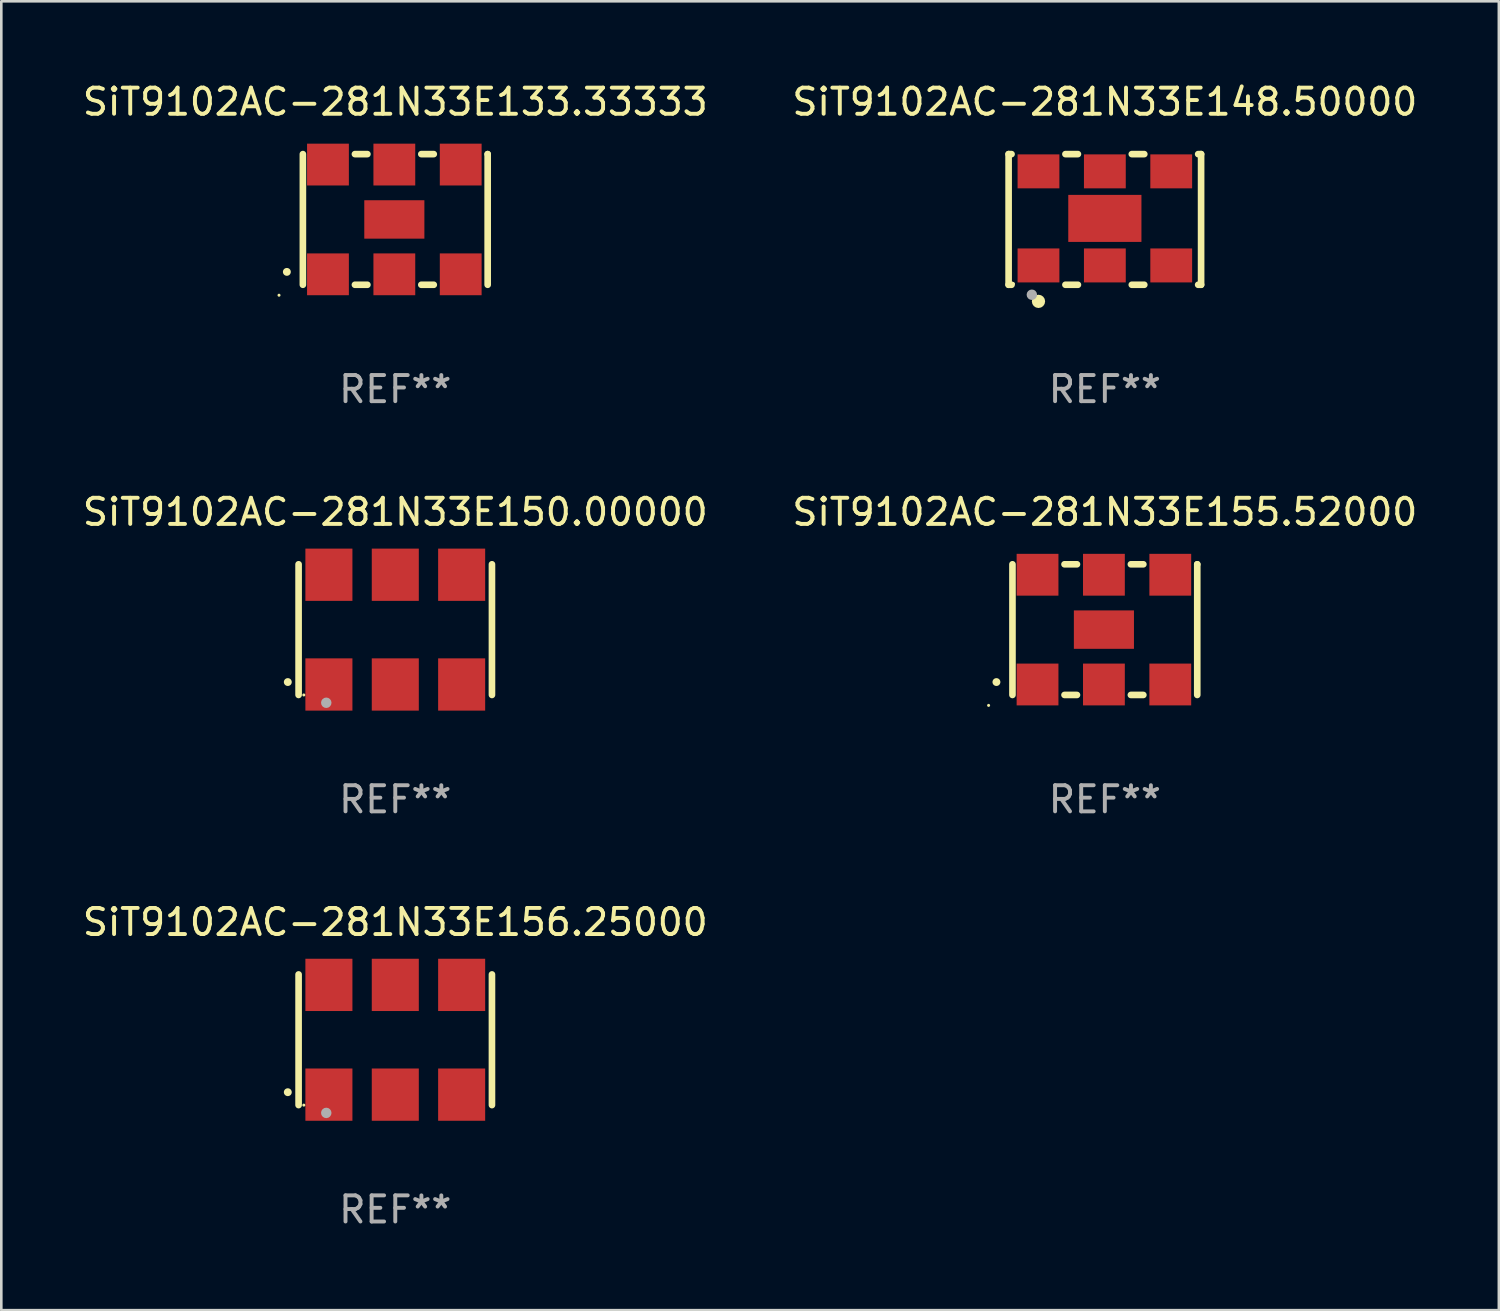
<source format=kicad_pcb>
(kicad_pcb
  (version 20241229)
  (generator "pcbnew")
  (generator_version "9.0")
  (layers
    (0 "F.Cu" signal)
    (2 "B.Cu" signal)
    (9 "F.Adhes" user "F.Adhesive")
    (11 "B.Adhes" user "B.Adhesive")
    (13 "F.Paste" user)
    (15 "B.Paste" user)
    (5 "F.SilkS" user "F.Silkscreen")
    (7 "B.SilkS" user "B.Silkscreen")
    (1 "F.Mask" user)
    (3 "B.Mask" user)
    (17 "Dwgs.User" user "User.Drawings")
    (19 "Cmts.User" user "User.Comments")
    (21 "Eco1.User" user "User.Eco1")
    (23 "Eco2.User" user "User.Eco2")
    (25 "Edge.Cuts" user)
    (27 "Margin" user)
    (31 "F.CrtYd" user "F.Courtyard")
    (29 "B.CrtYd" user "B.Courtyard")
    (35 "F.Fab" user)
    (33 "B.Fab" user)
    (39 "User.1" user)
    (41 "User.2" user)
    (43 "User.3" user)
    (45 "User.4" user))
  (footprint "SiT9102AC-281N33E150.00000"
    (layer "F.Cu")
    (at 12.077 21.045)
    (property "Reference" "SiT9102AC-281N33E150.00000" (at 0 -4.5 0) (layer "F.SilkS") (effects (font (size 1 1) (thickness 0.15))))
    (attr through_hole)
    (fp_line (start -3.7 -2.5) (end -3.7 2.5) (stroke (width 0.254) (type solid)) (layer "F.SilkS"))
    (fp_line (start 3.7 -2.5) (end 3.7 2.5) (stroke (width 0.254) (type solid)) (layer "F.SilkS"))
    (fp_arc (start -4.114415 2.006604) (mid -4.113145 2.006599) (end -4.111875 2.006604) (stroke (width 0.3) (type solid)) (layer "F.SilkS"))
    (fp_circle (center -3.5 2.501) (end -3.47 2.501) (stroke (width 0.06) (type solid)) (fill no) (layer "F.SilkS"))
    (fp_circle (center -2.641 2.799) (end -2.541 2.799) (stroke (width 0.2) (type solid)) (fill no) (layer "F.Fab"))
    (fp_text user "REF**" (at 0 6.5 0) (layer "F.Fab") (effects (font (size 1 1) (thickness 0.15))))
    (pad "1" smd rect (at -2.54 2.1) (size 1.8 2) (layers "F.Cu" "F.Mask" "F.Paste"))
    (pad "2" smd rect (at 0.000394 2.1) (size 1.8 2) (layers "F.Cu" "F.Mask" "F.Paste"))
    (pad "3" smd rect (at 2.54 2.1) (size 1.8 2) (layers "F.Cu" "F.Mask" "F.Paste"))
    (pad "4" smd rect (at 2.54 -2.1) (size 1.8 2) (layers "F.Cu" "F.Mask" "F.Paste"))
    (pad "5" smd rect (at 0.000394 -2.1) (size 1.8 2) (layers "F.Cu" "F.Mask" "F.Paste"))
    (pad "6" smd rect (at -2.54 -2.1) (size 1.8 2) (layers "F.Cu" "F.Mask" "F.Paste")))
  (footprint "SiT9102AC-281N33E155.52000"
    (layer "F.Cu")
    (at 39.232 21.045)
    (property "Reference" "SiT9102AC-281N33E155.52000" (at 0 -4.5 0) (layer "F.SilkS") (effects (font (size 1 1) (thickness 0.15))))
    (attr through_hole)
    (fp_line (start -3.536 -2.5) (end -3.536 2.5) (stroke (width 0.254) (type solid)) (layer "F.SilkS"))
    (fp_line (start -1.544 2.5) (end -1.067 2.5) (stroke (width 0.254) (type solid)) (layer "F.SilkS"))
    (fp_line (start -1.067 -2.5) (end -1.544 -2.5) (stroke (width 0.254) (type solid)) (layer "F.SilkS"))
    (fp_line (start 0.996 2.5) (end 1.473 2.5) (stroke (width 0.254) (type solid)) (layer "F.SilkS"))
    (fp_line (start 1.473 -2.5) (end 0.996 -2.5) (stroke (width 0.254) (type solid)) (layer "F.SilkS"))
    (fp_line (start 3.536 -2.5) (end 3.536 -2.5) (stroke (width 0.254) (type solid)) (layer "F.SilkS"))
    (fp_line (start 3.536 2.5) (end 3.536 -2.5) (stroke (width 0.254) (type solid)) (layer "F.SilkS"))
    (fp_arc (start -4.150432 2.006604) (mid -4.149162 2.006599) (end -4.147892 2.006604) (stroke (width 0.3) (type solid)) (layer "F.SilkS"))
    (fp_circle (center -4.449 2.9) (end -4.419 2.9) (stroke (width 0.06) (type solid)) (fill no) (layer "F.SilkS"))
    (fp_text user "REF**" (at 0 6.5 0) (layer "F.Fab") (effects (font (size 1 1) (thickness 0.15))))
    (pad "1" smd rect (at -2.576 2.1) (size 1.6 1.6) (layers "F.Cu" "F.Mask" "F.Paste"))
    (pad "2" smd rect (at -0.036 2.1) (size 1.6 1.6) (layers "F.Cu" "F.Mask" "F.Paste"))
    (pad "3" smd rect (at 2.504 2.1) (size 1.6 1.6) (layers "F.Cu" "F.Mask" "F.Paste"))
    (pad "4" smd rect (at 2.504 -2.1) (size 1.6 1.6) (layers "F.Cu" "F.Mask" "F.Paste"))
    (pad "5" smd rect (at -0.036 -2.1) (size 1.6 1.6) (layers "F.Cu" "F.Mask" "F.Paste"))
    (pad "6" smd rect (at -2.576 -2.1) (size 1.6 1.6) (layers "F.Cu" "F.Mask" "F.Paste"))
    (pad "7" smd rect (at -0.036 0) (size 2.3 1.47) (layers "F.Cu" "F.Mask" "F.Paste")))
  (footprint "SiT9102AC-281N33E148.50000"
    (layer "F.Cu")
    (at 39.232 5.348)
    (property "Reference" "SiT9102AC-281N33E148.50000" (at 0 -4.5 0) (layer "F.SilkS") (effects (font (size 1 1) (thickness 0.15))))
    (attr through_hole)
    (fp_line (start -3.683 -2.5) (end -3.571 -2.5) (stroke (width 0.254) (type solid)) (layer "F.SilkS"))
    (fp_line (start -3.683 2.5) (end -3.683 -2.5) (stroke (width 0.254) (type solid)) (layer "F.SilkS"))
    (fp_line (start -3.683 2.5) (end -3.571 2.5) (stroke (width 0.254) (type solid)) (layer "F.SilkS"))
    (fp_line (start -1.509 -2.5) (end -1.031 -2.5) (stroke (width 0.254) (type solid)) (layer "F.SilkS"))
    (fp_line (start -1.509 2.5) (end -1.031 2.5) (stroke (width 0.254) (type solid)) (layer "F.SilkS"))
    (fp_line (start 1.031 -2.5) (end 1.509 -2.5) (stroke (width 0.254) (type solid)) (layer "F.SilkS"))
    (fp_line (start 1.031 2.5) (end 1.509 2.5) (stroke (width 0.254) (type solid)) (layer "F.SilkS"))
    (fp_line (start 3.571 -2.5) (end 3.683 -2.5) (stroke (width 0.254) (type solid)) (layer "F.SilkS"))
    (fp_line (start 3.571 2.5) (end 3.683 2.5) (stroke (width 0.254) (type solid)) (layer "F.SilkS"))
    (fp_line (start 3.683 2.5) (end 3.683 -2.5) (stroke (width 0.254) (type solid)) (layer "F.SilkS"))
    (fp_circle (center -3.5 2.46) (end -3.47 2.46) (stroke (width 0.06) (type solid)) (fill no) (layer "F.SilkS"))
    (fp_circle (center -2.54 3.135) (end -2.413 3.135) (stroke (width 0.254) (type solid)) (fill no) (layer "F.SilkS"))
    (fp_circle (center -2.794 2.881) (end -2.694 2.881) (stroke (width 0.2) (type solid)) (fill no) (layer "F.Fab"))
    (fp_text user "REF**" (at 0 6.5 0) (layer "F.Fab") (effects (font (size 1 1) (thickness 0.15))))
    (pad "1" smd rect (at -2.54 1.76) (size 1.6 1.3) (layers "F.Cu" "F.Mask" "F.Paste"))
    (pad "2" smd rect (at 0 1.76) (size 1.6 1.3) (layers "F.Cu" "F.Mask" "F.Paste"))
    (pad "3" smd rect (at 2.54 1.76) (size 1.6 1.3) (layers "F.Cu" "F.Mask" "F.Paste"))
    (pad "4" smd rect (at 2.54 -1.84) (size 1.6 1.3) (layers "F.Cu" "F.Mask" "F.Paste"))
    (pad "5" smd rect (at 0 -1.84) (size 1.6 1.3) (layers "F.Cu" "F.Mask" "F.Paste"))
    (pad "6" smd rect (at -2.54 -1.84) (size 1.6 1.3) (layers "F.Cu" "F.Mask" "F.Paste"))
    (pad "7" smd rect (at 0 -0.04) (size 2.8 1.8) (layers "F.Cu" "F.Mask" "F.Paste")))
  (footprint "SiT9102AC-281N33E133.33333"
    (layer "F.Cu")
    (at 12.077 5.348)
    (property "Reference" "SiT9102AC-281N33E133.33333" (at 0 -4.5 0) (layer "F.SilkS") (effects (font (size 1 1) (thickness 0.15))))
    (attr through_hole)
    (fp_line (start -3.536 -2.5) (end -3.536 2.5) (stroke (width 0.254) (type solid)) (layer "F.SilkS"))
    (fp_line (start -1.544 2.5) (end -1.067 2.5) (stroke (width 0.254) (type solid)) (layer "F.SilkS"))
    (fp_line (start -1.067 -2.5) (end -1.544 -2.5) (stroke (width 0.254) (type solid)) (layer "F.SilkS"))
    (fp_line (start 0.996 2.5) (end 1.473 2.5) (stroke (width 0.254) (type solid)) (layer "F.SilkS"))
    (fp_line (start 1.473 -2.5) (end 0.996 -2.5) (stroke (width 0.254) (type solid)) (layer "F.SilkS"))
    (fp_line (start 3.536 -2.5) (end 3.536 -2.5) (stroke (width 0.254) (type solid)) (layer "F.SilkS"))
    (fp_line (start 3.536 2.5) (end 3.536 -2.5) (stroke (width 0.254) (type solid)) (layer "F.SilkS"))
    (fp_arc (start -4.150432 2.006604) (mid -4.149162 2.006599) (end -4.147892 2.006604) (stroke (width 0.3) (type solid)) (layer "F.SilkS"))
    (fp_circle (center -4.449 2.9) (end -4.419 2.9) (stroke (width 0.06) (type solid)) (fill no) (layer "F.SilkS"))
    (fp_text user "REF**" (at 0 6.5 0) (layer "F.Fab") (effects (font (size 1 1) (thickness 0.15))))
    (pad "1" smd rect (at -2.576 2.1) (size 1.6 1.6) (layers "F.Cu" "F.Mask" "F.Paste"))
    (pad "2" smd rect (at -0.036 2.1) (size 1.6 1.6) (layers "F.Cu" "F.Mask" "F.Paste"))
    (pad "3" smd rect (at 2.504 2.1) (size 1.6 1.6) (layers "F.Cu" "F.Mask" "F.Paste"))
    (pad "4" smd rect (at 2.504 -2.1) (size 1.6 1.6) (layers "F.Cu" "F.Mask" "F.Paste"))
    (pad "5" smd rect (at -0.036 -2.1) (size 1.6 1.6) (layers "F.Cu" "F.Mask" "F.Paste"))
    (pad "6" smd rect (at -2.576 -2.1) (size 1.6 1.6) (layers "F.Cu" "F.Mask" "F.Paste"))
    (pad "7" smd rect (at -0.036 0) (size 2.3 1.47) (layers "F.Cu" "F.Mask" "F.Paste")))
  (footprint "SiT9102AC-281N33E156.25000"
    (layer "F.Cu")
    (at 12.077 36.741)
    (property "Reference" "SiT9102AC-281N33E156.25000" (at 0 -4.5 0) (layer "F.SilkS") (effects (font (size 1 1) (thickness 0.15))))
    (attr through_hole)
    (fp_line (start -3.7 -2.5) (end -3.7 2.5) (stroke (width 0.254) (type solid)) (layer "F.SilkS"))
    (fp_line (start 3.7 -2.5) (end 3.7 2.5) (stroke (width 0.254) (type solid)) (layer "F.SilkS"))
    (fp_arc (start -4.114415 2.006604) (mid -4.113145 2.006599) (end -4.111875 2.006604) (stroke (width 0.3) (type solid)) (layer "F.SilkS"))
    (fp_circle (center -3.5 2.501) (end -3.47 2.501) (stroke (width 0.06) (type solid)) (fill no) (layer "F.SilkS"))
    (fp_circle (center -2.641 2.799) (end -2.541 2.799) (stroke (width 0.2) (type solid)) (fill no) (layer "F.Fab"))
    (fp_text user "REF**" (at 0 6.5 0) (layer "F.Fab") (effects (font (size 1 1) (thickness 0.15))))
    (pad "1" smd rect (at -2.54 2.1) (size 1.8 2) (layers "F.Cu" "F.Mask" "F.Paste"))
    (pad "2" smd rect (at 0.000394 2.1) (size 1.8 2) (layers "F.Cu" "F.Mask" "F.Paste"))
    (pad "3" smd rect (at 2.54 2.1) (size 1.8 2) (layers "F.Cu" "F.Mask" "F.Paste"))
    (pad "4" smd rect (at 2.54 -2.1) (size 1.8 2) (layers "F.Cu" "F.Mask" "F.Paste"))
    (pad "5" smd rect (at 0.000394 -2.1) (size 1.8 2) (layers "F.Cu" "F.Mask" "F.Paste"))
    (pad "6" smd rect (at -2.54 -2.1) (size 1.8 2) (layers "F.Cu" "F.Mask" "F.Paste")))
  (gr_rect
    (start -3 -3)
    (end 54.31 47.09)
    (stroke (width 0.1) (type default))
    (fill no)
    (layer "Edge.Cuts")))
</source>
